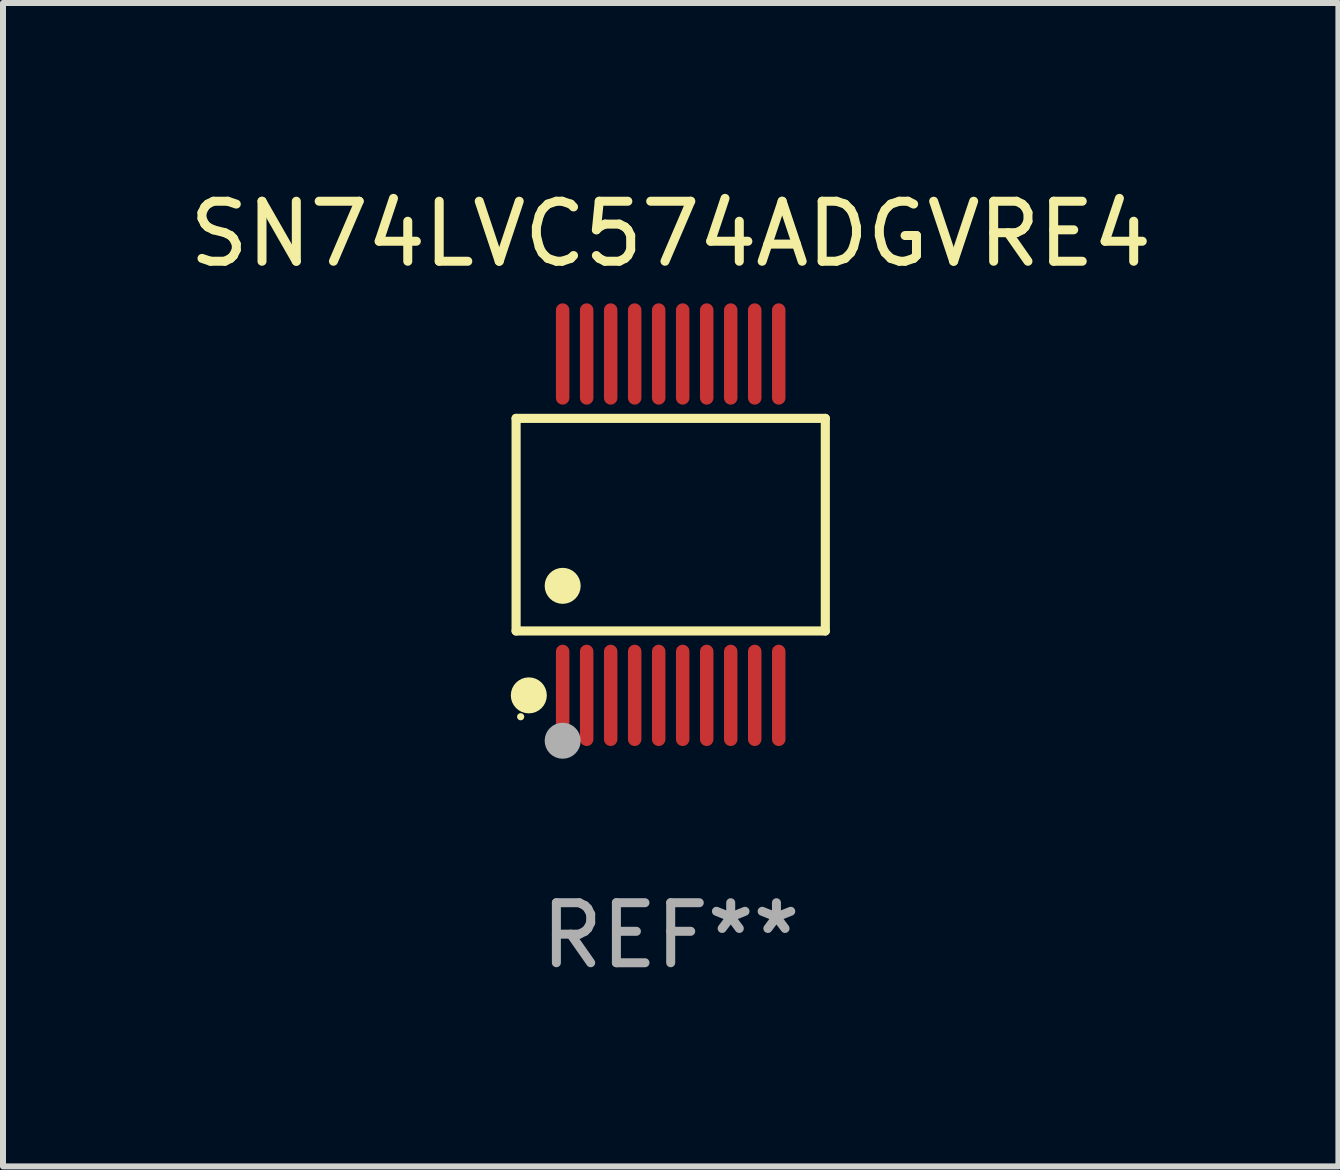
<source format=kicad_pcb>
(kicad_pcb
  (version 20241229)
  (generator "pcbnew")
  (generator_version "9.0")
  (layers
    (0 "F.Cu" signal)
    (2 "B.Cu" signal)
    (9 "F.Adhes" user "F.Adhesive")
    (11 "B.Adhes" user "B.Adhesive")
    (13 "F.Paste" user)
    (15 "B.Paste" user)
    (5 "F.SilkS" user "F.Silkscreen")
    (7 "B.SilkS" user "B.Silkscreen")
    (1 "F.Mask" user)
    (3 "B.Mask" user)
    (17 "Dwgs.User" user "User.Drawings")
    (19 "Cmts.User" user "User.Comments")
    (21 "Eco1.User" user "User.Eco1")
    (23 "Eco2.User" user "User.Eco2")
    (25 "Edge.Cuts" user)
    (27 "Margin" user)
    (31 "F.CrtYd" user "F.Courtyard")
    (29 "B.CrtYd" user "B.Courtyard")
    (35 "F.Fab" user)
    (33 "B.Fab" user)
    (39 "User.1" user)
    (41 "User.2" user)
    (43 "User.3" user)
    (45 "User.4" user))
  (footprint "SN74LVC574ADGVRE4"
    (layer "F.Cu")
    (at 8.125 5.692)
    (property "Reference" "SN74LVC574ADGVRE4" (at 0 -4.844 0) (layer "F.SilkS") (effects (font (size 1 1) (thickness 0.15))))
    (attr through_hole)
    (fp_line (start -2.576 -1.771) (end 2.576 -1.771) (stroke (width 0.152) (type solid)) (layer "F.SilkS"))
    (fp_line (start -2.576 1.771) (end -2.576 -1.771) (stroke (width 0.152) (type solid)) (layer "F.SilkS"))
    (fp_line (start 2.576 -1.771) (end 2.576 1.771) (stroke (width 0.152) (type solid)) (layer "F.SilkS"))
    (fp_line (start 2.576 1.771) (end -2.576 1.771) (stroke (width 0.152) (type solid)) (layer "F.SilkS"))
    (fp_circle (center -2.5 3.2) (end -2.47 3.2) (stroke (width 0.06) (type solid)) (fill no) (layer "F.SilkS"))
    (fp_circle (center -2.364 2.844) (end -2.214 2.844) (stroke (width 0.3) (type solid)) (fill no) (layer "F.SilkS"))
    (fp_circle (center -1.8 1.019) (end -1.65 1.019) (stroke (width 0.3) (type solid)) (fill no) (layer "F.SilkS"))
    (fp_circle (center -1.8 3.6) (end -1.65 3.6) (stroke (width 0.3) (type solid)) (fill no) (layer "F.Fab"))
    (fp_text user "REF**" (at 0 6.844 0) (layer "F.Fab") (effects (font (size 1 1) (thickness 0.15))))
    (pad "1" smd oval (at -1.8 2.844) (size 0.224 1.687) (layers "F.Cu" "F.Mask" "F.Paste"))
    (pad "2" smd oval (at -1.4 2.844) (size 0.224 1.687) (layers "F.Cu" "F.Mask" "F.Paste"))
    (pad "3" smd oval (at -1 2.844) (size 0.224 1.687) (layers "F.Cu" "F.Mask" "F.Paste"))
    (pad "4" smd oval (at -0.6 2.844) (size 0.224 1.687) (layers "F.Cu" "F.Mask" "F.Paste"))
    (pad "5" smd oval (at -0.2 2.844) (size 0.224 1.687) (layers "F.Cu" "F.Mask" "F.Paste"))
    (pad "6" smd oval (at 0.2 2.844) (size 0.224 1.687) (layers "F.Cu" "F.Mask" "F.Paste"))
    (pad "7" smd oval (at 0.6 2.844) (size 0.224 1.687) (layers "F.Cu" "F.Mask" "F.Paste"))
    (pad "8" smd oval (at 1 2.844) (size 0.224 1.687) (layers "F.Cu" "F.Mask" "F.Paste"))
    (pad "9" smd oval (at 1.4 2.844) (size 0.224 1.687) (layers "F.Cu" "F.Mask" "F.Paste"))
    (pad "10" smd oval (at 1.8 2.844) (size 0.224 1.687) (layers "F.Cu" "F.Mask" "F.Paste"))
    (pad "11" smd oval (at 1.8 -2.844) (size 0.224 1.687) (layers "F.Cu" "F.Mask" "F.Paste"))
    (pad "12" smd oval (at 1.4 -2.844) (size 0.224 1.687) (layers "F.Cu" "F.Mask" "F.Paste"))
    (pad "13" smd oval (at 1 -2.844) (size 0.224 1.687) (layers "F.Cu" "F.Mask" "F.Paste"))
    (pad "14" smd oval (at 0.6 -2.844) (size 0.224 1.687) (layers "F.Cu" "F.Mask" "F.Paste"))
    (pad "15" smd oval (at 0.2 -2.844) (size 0.224 1.687) (layers "F.Cu" "F.Mask" "F.Paste"))
    (pad "16" smd oval (at -0.2 -2.844) (size 0.224 1.687) (layers "F.Cu" "F.Mask" "F.Paste"))
    (pad "17" smd oval (at -0.6 -2.844) (size 0.224 1.687) (layers "F.Cu" "F.Mask" "F.Paste"))
    (pad "18" smd oval (at -1 -2.844) (size 0.224 1.687) (layers "F.Cu" "F.Mask" "F.Paste"))
    (pad "19" smd oval (at -1.4 -2.844) (size 0.224 1.687) (layers "F.Cu" "F.Mask" "F.Paste"))
    (pad "20" smd oval (at -1.8 -2.844) (size 0.224 1.687) (layers "F.Cu" "F.Mask" "F.Paste")))
  (gr_rect
    (start -3 -3)
    (end 19.25 16.384)
    (stroke (width 0.1) (type default))
    (fill no)
    (layer "Edge.Cuts")))
</source>
